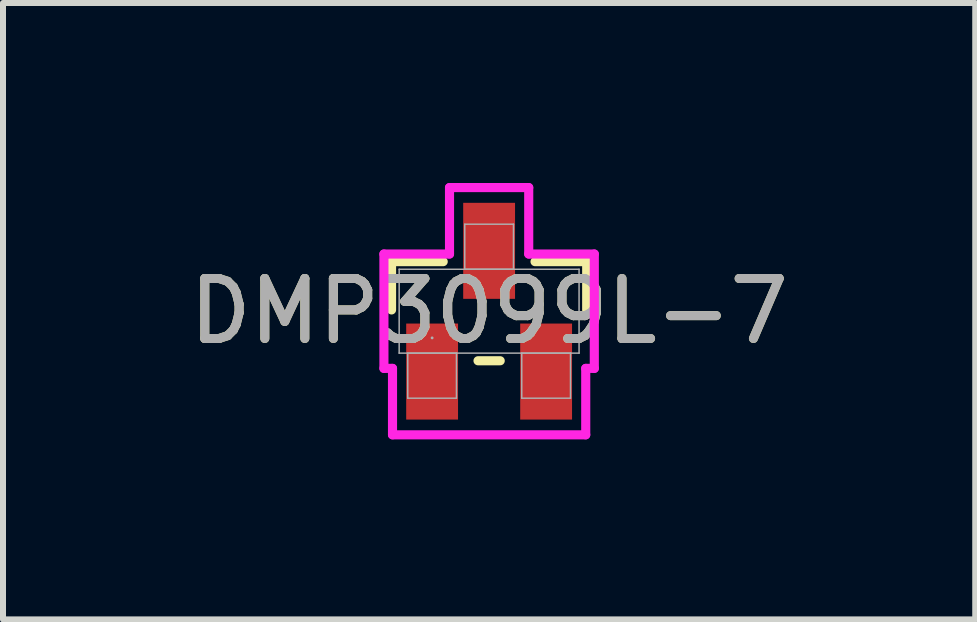
<source format=kicad_pcb>
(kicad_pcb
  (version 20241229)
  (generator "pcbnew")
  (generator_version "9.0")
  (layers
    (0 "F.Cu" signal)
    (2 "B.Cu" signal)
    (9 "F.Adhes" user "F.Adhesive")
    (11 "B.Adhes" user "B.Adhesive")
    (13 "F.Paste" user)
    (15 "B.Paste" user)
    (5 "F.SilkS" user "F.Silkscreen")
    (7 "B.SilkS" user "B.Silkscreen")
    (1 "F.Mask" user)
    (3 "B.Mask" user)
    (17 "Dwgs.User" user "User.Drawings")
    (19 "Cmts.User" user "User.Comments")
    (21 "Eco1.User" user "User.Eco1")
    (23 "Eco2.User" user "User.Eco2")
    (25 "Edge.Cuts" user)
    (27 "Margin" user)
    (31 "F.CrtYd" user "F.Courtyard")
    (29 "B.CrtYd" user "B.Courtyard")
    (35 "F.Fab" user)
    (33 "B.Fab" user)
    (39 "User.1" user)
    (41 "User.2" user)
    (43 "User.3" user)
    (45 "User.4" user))
  (footprint "DMP3099L-7"
    (layer "F.Cu")
    (at 5.101 2.136)
    (property "Reference" "DMP3099L-7" (at 0 0 0) (unlocked yes) (layer "F.SilkS") (effects (font (size 1 1) (thickness 0.15))))
    (attr smd)
    (fp_line (start -1.626 -0.826) (end -1.626 -0.021) (stroke (width 0.152) (type solid)) (layer "F.SilkS"))
    (fp_line (start -0.765 -0.826) (end -1.626 -0.826) (stroke (width 0.152) (type solid)) (layer "F.SilkS"))
    (fp_line (start -0.185 0.826) (end 0.185 0.826) (stroke (width 0.152) (type solid)) (layer "F.SilkS"))
    (fp_line (start 1.626 -0.826) (end 0.765 -0.826) (stroke (width 0.152) (type solid)) (layer "F.SilkS"))
    (fp_line (start 1.626 -0.021) (end 1.626 -0.826) (stroke (width 0.152) (type solid)) (layer "F.SilkS"))
    (fp_line (start -1.753 -0.953) (end -0.66 -0.953) (stroke (width 0.152) (type solid)) (layer "F.CrtYd"))
    (fp_line (start -1.753 0.953) (end -1.753 -0.953) (stroke (width 0.152) (type solid)) (layer "F.CrtYd"))
    (fp_line (start -1.753 0.953) (end -1.61 0.953) (stroke (width 0.152) (type solid)) (layer "F.CrtYd"))
    (fp_line (start -1.61 0.953) (end -1.61 2.06) (stroke (width 0.152) (type solid)) (layer "F.CrtYd"))
    (fp_line (start -1.61 2.06) (end 1.61 2.06) (stroke (width 0.152) (type solid)) (layer "F.CrtYd"))
    (fp_line (start -0.66 -2.06) (end 0.66 -2.06) (stroke (width 0.152) (type solid)) (layer "F.CrtYd"))
    (fp_line (start -0.66 -0.953) (end -0.66 -2.06) (stroke (width 0.152) (type solid)) (layer "F.CrtYd"))
    (fp_line (start 0.66 -0.953) (end 0.66 -2.06) (stroke (width 0.152) (type solid)) (layer "F.CrtYd"))
    (fp_line (start 1.61 0.953) (end 1.61 2.06) (stroke (width 0.152) (type solid)) (layer "F.CrtYd"))
    (fp_line (start 1.753 -0.953) (end 0.66 -0.953) (stroke (width 0.152) (type solid)) (layer "F.CrtYd"))
    (fp_line (start 1.753 -0.953) (end 1.753 0.953) (stroke (width 0.152) (type solid)) (layer "F.CrtYd"))
    (fp_line (start 1.753 0.953) (end 1.61 0.953) (stroke (width 0.152) (type solid)) (layer "F.CrtYd"))
    (fp_line (start -1.499 -0.699) (end -1.499 0.699) (stroke (width 0.025) (type solid)) (layer "F.Fab"))
    (fp_line (start -1.499 0.699) (end 1.499 0.699) (stroke (width 0.025) (type solid)) (layer "F.Fab"))
    (fp_line (start -1.356 0.699) (end -1.356 1.45) (stroke (width 0.025) (type solid)) (layer "F.Fab"))
    (fp_line (start -1.356 1.45) (end -0.544 1.45) (stroke (width 0.025) (type solid)) (layer "F.Fab"))
    (fp_line (start -0.544 0.699) (end -1.356 0.699) (stroke (width 0.025) (type solid)) (layer "F.Fab"))
    (fp_line (start -0.544 1.45) (end -0.544 0.699) (stroke (width 0.025) (type solid)) (layer "F.Fab"))
    (fp_line (start -0.406 -1.45) (end -0.406 -0.699) (stroke (width 0.025) (type solid)) (layer "F.Fab"))
    (fp_line (start -0.406 -0.699) (end 0.406 -0.699) (stroke (width 0.025) (type solid)) (layer "F.Fab"))
    (fp_line (start 0.406 -1.45) (end -0.406 -1.45) (stroke (width 0.025) (type solid)) (layer "F.Fab"))
    (fp_line (start 0.406 -0.699) (end 0.406 -1.45) (stroke (width 0.025) (type solid)) (layer "F.Fab"))
    (fp_line (start 0.544 0.699) (end 0.544 1.45) (stroke (width 0.025) (type solid)) (layer "F.Fab"))
    (fp_line (start 0.544 1.45) (end 1.356 1.45) (stroke (width 0.025) (type solid)) (layer "F.Fab"))
    (fp_line (start 1.356 0.699) (end 0.544 0.699) (stroke (width 0.025) (type solid)) (layer "F.Fab"))
    (fp_line (start 1.356 1.45) (end 1.356 0.699) (stroke (width 0.025) (type solid)) (layer "F.Fab"))
    (fp_line (start 1.499 -0.699) (end -1.499 -0.699) (stroke (width 0.025) (type solid)) (layer "F.Fab"))
    (fp_line (start 1.499 0.699) (end 1.499 -0.699) (stroke (width 0.025) (type solid)) (layer "F.Fab"))
    (fp_circle (center -0.95 0.445) (end -0.95 0.445) (stroke (width 0.025) (type solid)) (fill no) (layer "F.Fab"))
    (fp_text user "${REFERENCE}" (at 0 0 0) (unlocked yes) (layer "F.Fab") (effects (font (size 1 1) (thickness 0.15))))
    (pad "1" smd rect (at -0.95 1.006) (size 0.864 1.6) (layers "F.Cu" "F.Mask" "F.Paste"))
    (pad "2" smd rect (at 0.95 1.006) (size 0.864 1.6) (layers "F.Cu" "F.Mask" "F.Paste"))
    (pad "3" smd rect (at 0 -1.006) (size 0.864 1.6) (layers "F.Cu" "F.Mask" "F.Paste")))
  (gr_rect
    (start -3 -3)
    (end 13.202 7.272)
    (stroke (width 0.1) (type default))
    (fill no)
    (layer "Edge.Cuts")))
</source>
